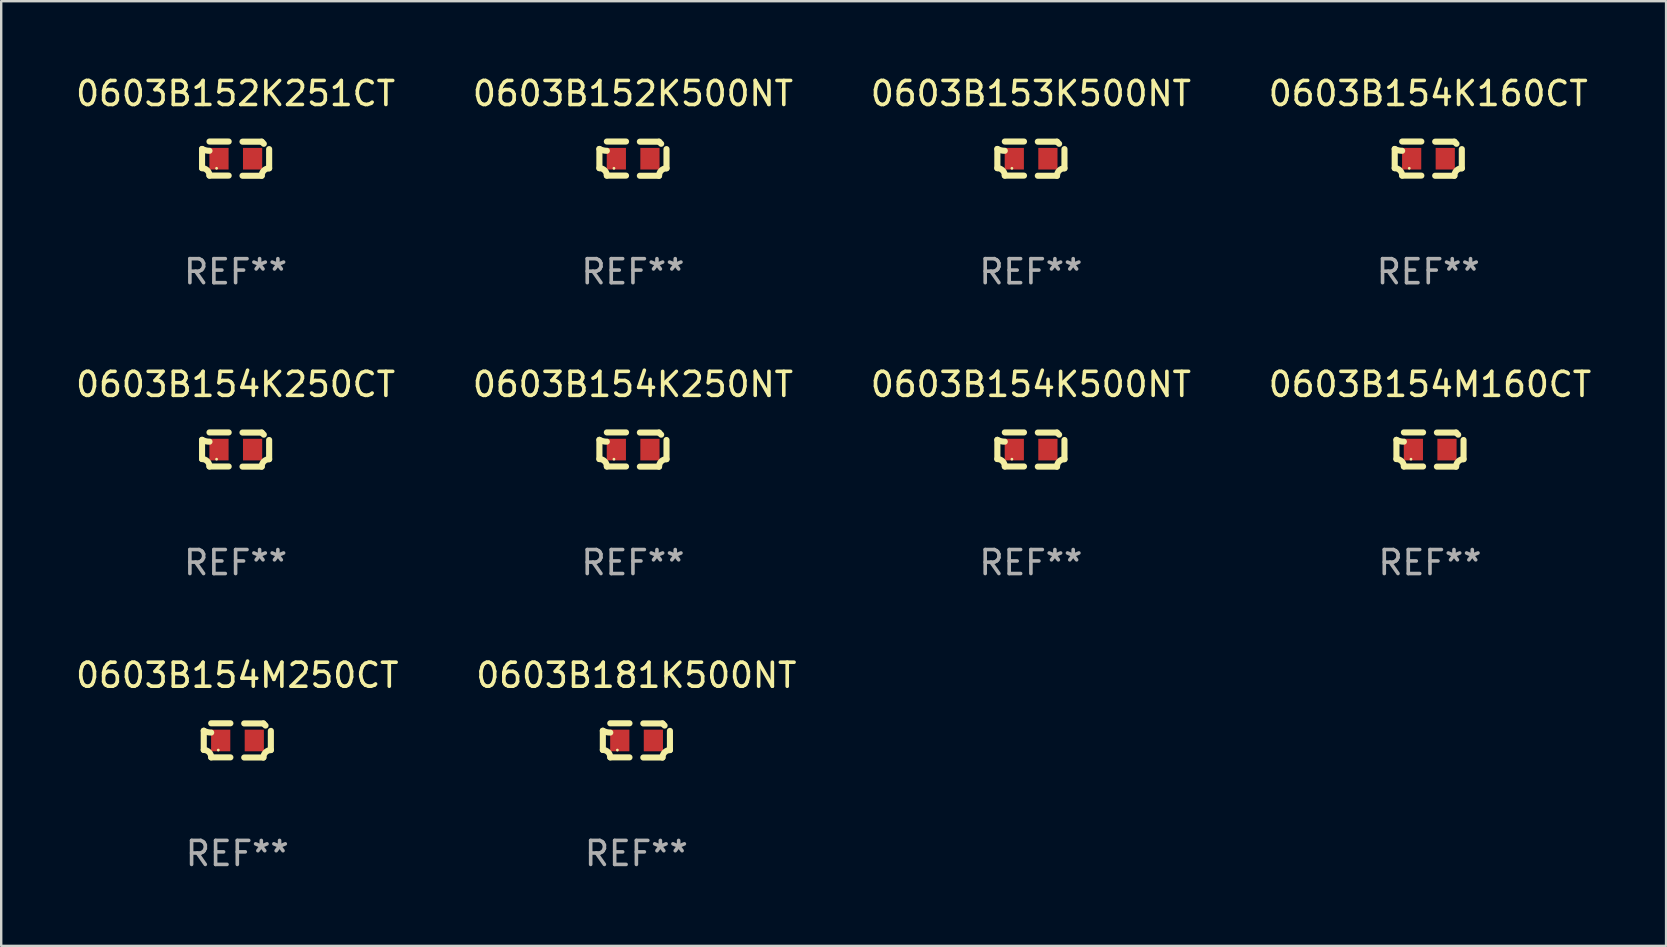
<source format=kicad_pcb>
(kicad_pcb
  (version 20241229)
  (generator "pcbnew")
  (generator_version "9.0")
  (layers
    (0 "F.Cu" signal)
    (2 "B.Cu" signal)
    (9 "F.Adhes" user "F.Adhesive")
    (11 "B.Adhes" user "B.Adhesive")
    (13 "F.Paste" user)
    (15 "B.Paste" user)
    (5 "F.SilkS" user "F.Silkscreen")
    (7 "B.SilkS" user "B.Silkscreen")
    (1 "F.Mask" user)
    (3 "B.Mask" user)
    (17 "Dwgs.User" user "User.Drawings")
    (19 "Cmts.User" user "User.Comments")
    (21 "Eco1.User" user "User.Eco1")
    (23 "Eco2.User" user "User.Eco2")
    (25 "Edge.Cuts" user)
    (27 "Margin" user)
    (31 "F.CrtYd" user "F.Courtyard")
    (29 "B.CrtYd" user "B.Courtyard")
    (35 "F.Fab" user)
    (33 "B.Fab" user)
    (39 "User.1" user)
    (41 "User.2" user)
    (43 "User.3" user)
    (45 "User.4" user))
  (footprint "0603B154K500NT"
    (layer "F.Cu")
    (at 39.911 15.683)
    (property "Reference" "0603B154K500NT" (at 0 -2.713 0) (layer "F.SilkS") (effects (font (size 1 1) (thickness 0.15))))
    (attr through_hole)
    (fp_line (start -1.398 -0.403) (end -1.398 0.397) (stroke (width 0.254) (type solid)) (layer "F.SilkS"))
    (fp_line (start -0.288 -0.713) (end -1.088 -0.713) (stroke (width 0.254) (type solid)) (layer "F.SilkS"))
    (fp_line (start -0.288 0.707) (end -1.088 0.707) (stroke (width 0.254) (type solid)) (layer "F.SilkS"))
    (fp_line (start 0.288 -0.707) (end 1.088 -0.707) (stroke (width 0.254) (type solid)) (layer "F.SilkS"))
    (fp_line (start 0.288 0.713) (end 1.088 0.713) (stroke (width 0.254) (type solid)) (layer "F.SilkS"))
    (fp_line (start 1.398 -0.397) (end 1.398 0.403) (stroke (width 0.254) (type solid)) (layer "F.SilkS"))
    (fp_arc (start -1.397789 0.397066) (mid -1.178701 0.487826) (end -1.08796 0.706922) (stroke (width 0.254001) (type solid)) (layer "F.SilkS"))
    (fp_arc (start -1.08796 -0.327176) (mid -1.247436 -0.346384) (end -1.39779 -0.402908) (stroke (width 0.254001) (type solid)) (layer "F.SilkS"))
    (fp_arc (start 1.087909 0.712738) (mid 1.178656 0.493655) (end 1.397739 0.402908) (stroke (width 0.254001) (type solid)) (layer "F.SilkS"))
    (fp_arc (start 1.175925 -0.618926) (mid 1.131917 -0.662923) (end 1.08791 -0.706922) (stroke (width 0.254001) (type solid)) (layer "F.SilkS"))
    (fp_circle (center -0.792 0.403) (end -0.762 0.403) (stroke (width 0.06) (type solid)) (fill no) (layer "F.SilkS"))
    (fp_text user "REF**" (at 0 4.713 0) (layer "F.Fab") (effects (font (size 1 1) (thickness 0.15))))
    (pad "1" smd rect (at -0.692 0.003) (size 0.8 0.9) (layers "F.Cu" "F.Mask" "F.Paste"))
    (pad "2" smd rect (at 0.708 0.003) (size 0.8 0.9) (layers "F.Cu" "F.Mask" "F.Paste")))
  (footprint "0603B154M250CT"
    (layer "F.Cu")
    (at 6.839 27.805)
    (property "Reference" "0603B154M250CT" (at 0 -2.713 0) (layer "F.SilkS") (effects (font (size 1 1) (thickness 0.15))))
    (attr through_hole)
    (fp_line (start -1.398 -0.403) (end -1.398 0.397) (stroke (width 0.254) (type solid)) (layer "F.SilkS"))
    (fp_line (start -0.288 -0.713) (end -1.088 -0.713) (stroke (width 0.254) (type solid)) (layer "F.SilkS"))
    (fp_line (start -0.288 0.707) (end -1.088 0.707) (stroke (width 0.254) (type solid)) (layer "F.SilkS"))
    (fp_line (start 0.288 -0.707) (end 1.088 -0.707) (stroke (width 0.254) (type solid)) (layer "F.SilkS"))
    (fp_line (start 0.288 0.713) (end 1.088 0.713) (stroke (width 0.254) (type solid)) (layer "F.SilkS"))
    (fp_line (start 1.398 -0.397) (end 1.398 0.403) (stroke (width 0.254) (type solid)) (layer "F.SilkS"))
    (fp_arc (start -1.397789 0.397066) (mid -1.178701 0.487826) (end -1.08796 0.706922) (stroke (width 0.254001) (type solid)) (layer "F.SilkS"))
    (fp_arc (start -1.08796 -0.327176) (mid -1.247436 -0.346384) (end -1.39779 -0.402908) (stroke (width 0.254001) (type solid)) (layer "F.SilkS"))
    (fp_arc (start 1.087909 0.712738) (mid 1.178656 0.493655) (end 1.397739 0.402908) (stroke (width 0.254001) (type solid)) (layer "F.SilkS"))
    (fp_arc (start 1.175925 -0.618926) (mid 1.131917 -0.662923) (end 1.08791 -0.706922) (stroke (width 0.254001) (type solid)) (layer "F.SilkS"))
    (fp_circle (center -0.792 0.403) (end -0.762 0.403) (stroke (width 0.06) (type solid)) (fill no) (layer "F.SilkS"))
    (fp_text user "REF**" (at 0 4.713 0) (layer "F.Fab") (effects (font (size 1 1) (thickness 0.15))))
    (pad "1" smd rect (at -0.692 0.003) (size 0.8 0.9) (layers "F.Cu" "F.Mask" "F.Paste"))
    (pad "2" smd rect (at 0.708 0.003) (size 0.8 0.9) (layers "F.Cu" "F.Mask" "F.Paste")))
  (footprint "0603B152K500NT"
    (layer "F.Cu")
    (at 23.327 3.561)
    (property "Reference" "0603B152K500NT" (at 0 -2.713 0) (layer "F.SilkS") (effects (font (size 1 1) (thickness 0.15))))
    (attr through_hole)
    (fp_line (start -1.398 -0.403) (end -1.398 0.397) (stroke (width 0.254) (type solid)) (layer "F.SilkS"))
    (fp_line (start -0.288 -0.713) (end -1.088 -0.713) (stroke (width 0.254) (type solid)) (layer "F.SilkS"))
    (fp_line (start -0.288 0.707) (end -1.088 0.707) (stroke (width 0.254) (type solid)) (layer "F.SilkS"))
    (fp_line (start 0.288 -0.707) (end 1.088 -0.707) (stroke (width 0.254) (type solid)) (layer "F.SilkS"))
    (fp_line (start 0.288 0.713) (end 1.088 0.713) (stroke (width 0.254) (type solid)) (layer "F.SilkS"))
    (fp_line (start 1.398 -0.397) (end 1.398 0.403) (stroke (width 0.254) (type solid)) (layer "F.SilkS"))
    (fp_arc (start -1.397789 0.397066) (mid -1.178701 0.487826) (end -1.08796 0.706922) (stroke (width 0.254001) (type solid)) (layer "F.SilkS"))
    (fp_arc (start -1.08796 -0.327176) (mid -1.247436 -0.346384) (end -1.39779 -0.402908) (stroke (width 0.254001) (type solid)) (layer "F.SilkS"))
    (fp_arc (start 1.087909 0.712738) (mid 1.178656 0.493655) (end 1.397739 0.402908) (stroke (width 0.254001) (type solid)) (layer "F.SilkS"))
    (fp_arc (start 1.175925 -0.618926) (mid 1.131917 -0.662923) (end 1.08791 -0.706922) (stroke (width 0.254001) (type solid)) (layer "F.SilkS"))
    (fp_circle (center -0.792 0.403) (end -0.762 0.403) (stroke (width 0.06) (type solid)) (fill no) (layer "F.SilkS"))
    (fp_text user "REF**" (at 0 4.713 0) (layer "F.Fab") (effects (font (size 1 1) (thickness 0.15))))
    (pad "1" smd rect (at -0.692 0.003) (size 0.8 0.9) (layers "F.Cu" "F.Mask" "F.Paste"))
    (pad "2" smd rect (at 0.708 0.003) (size 0.8 0.9) (layers "F.Cu" "F.Mask" "F.Paste")))
  (footprint "0603B154K160CT"
    (layer "F.Cu")
    (at 56.47 3.561)
    (property "Reference" "0603B154K160CT" (at 0 -2.713 0) (layer "F.SilkS") (effects (font (size 1 1) (thickness 0.15))))
    (attr through_hole)
    (fp_line (start -1.398 -0.403) (end -1.398 0.397) (stroke (width 0.254) (type solid)) (layer "F.SilkS"))
    (fp_line (start -0.288 -0.713) (end -1.088 -0.713) (stroke (width 0.254) (type solid)) (layer "F.SilkS"))
    (fp_line (start -0.288 0.707) (end -1.088 0.707) (stroke (width 0.254) (type solid)) (layer "F.SilkS"))
    (fp_line (start 0.288 -0.707) (end 1.088 -0.707) (stroke (width 0.254) (type solid)) (layer "F.SilkS"))
    (fp_line (start 0.288 0.713) (end 1.088 0.713) (stroke (width 0.254) (type solid)) (layer "F.SilkS"))
    (fp_line (start 1.398 -0.397) (end 1.398 0.403) (stroke (width 0.254) (type solid)) (layer "F.SilkS"))
    (fp_arc (start -1.397789 0.397066) (mid -1.178701 0.487826) (end -1.08796 0.706922) (stroke (width 0.254001) (type solid)) (layer "F.SilkS"))
    (fp_arc (start -1.08796 -0.327176) (mid -1.247436 -0.346384) (end -1.39779 -0.402908) (stroke (width 0.254001) (type solid)) (layer "F.SilkS"))
    (fp_arc (start 1.087909 0.712738) (mid 1.178656 0.493655) (end 1.397739 0.402908) (stroke (width 0.254001) (type solid)) (layer "F.SilkS"))
    (fp_arc (start 1.175925 -0.618926) (mid 1.131917 -0.662923) (end 1.08791 -0.706922) (stroke (width 0.254001) (type solid)) (layer "F.SilkS"))
    (fp_circle (center -0.792 0.403) (end -0.762 0.403) (stroke (width 0.06) (type solid)) (fill no) (layer "F.SilkS"))
    (fp_text user "REF**" (at 0 4.713 0) (layer "F.Fab") (effects (font (size 1 1) (thickness 0.15))))
    (pad "1" smd rect (at -0.692 0.003) (size 0.8 0.9) (layers "F.Cu" "F.Mask" "F.Paste"))
    (pad "2" smd rect (at 0.708 0.003) (size 0.8 0.9) (layers "F.Cu" "F.Mask" "F.Paste")))
  (footprint "0603B181K500NT"
    (layer "F.Cu")
    (at 23.47 27.805)
    (property "Reference" "0603B181K500NT" (at 0 -2.713 0) (layer "F.SilkS") (effects (font (size 1 1) (thickness 0.15))))
    (attr through_hole)
    (fp_line (start -1.398 -0.403) (end -1.398 0.397) (stroke (width 0.254) (type solid)) (layer "F.SilkS"))
    (fp_line (start -0.288 -0.713) (end -1.088 -0.713) (stroke (width 0.254) (type solid)) (layer "F.SilkS"))
    (fp_line (start -0.288 0.707) (end -1.088 0.707) (stroke (width 0.254) (type solid)) (layer "F.SilkS"))
    (fp_line (start 0.288 -0.707) (end 1.088 -0.707) (stroke (width 0.254) (type solid)) (layer "F.SilkS"))
    (fp_line (start 0.288 0.713) (end 1.088 0.713) (stroke (width 0.254) (type solid)) (layer "F.SilkS"))
    (fp_line (start 1.398 -0.397) (end 1.398 0.403) (stroke (width 0.254) (type solid)) (layer "F.SilkS"))
    (fp_arc (start -1.397789 0.397066) (mid -1.178701 0.487826) (end -1.08796 0.706922) (stroke (width 0.254001) (type solid)) (layer "F.SilkS"))
    (fp_arc (start -1.08796 -0.327176) (mid -1.247436 -0.346384) (end -1.39779 -0.402908) (stroke (width 0.254001) (type solid)) (layer "F.SilkS"))
    (fp_arc (start 1.087909 0.712738) (mid 1.178656 0.493655) (end 1.397739 0.402908) (stroke (width 0.254001) (type solid)) (layer "F.SilkS"))
    (fp_arc (start 1.175925 -0.618926) (mid 1.131917 -0.662923) (end 1.08791 -0.706922) (stroke (width 0.254001) (type solid)) (layer "F.SilkS"))
    (fp_circle (center -0.792 0.403) (end -0.762 0.403) (stroke (width 0.06) (type solid)) (fill no) (layer "F.SilkS"))
    (fp_text user "REF**" (at 0 4.713 0) (layer "F.Fab") (effects (font (size 1 1) (thickness 0.15))))
    (pad "1" smd rect (at -0.692 0.003) (size 0.8 0.9) (layers "F.Cu" "F.Mask" "F.Paste"))
    (pad "2" smd rect (at 0.708 0.003) (size 0.8 0.9) (layers "F.Cu" "F.Mask" "F.Paste")))
  (footprint "0603B154M160CT"
    (layer "F.Cu")
    (at 56.542 15.683)
    (property "Reference" "0603B154M160CT" (at 0 -2.713 0) (layer "F.SilkS") (effects (font (size 1 1) (thickness 0.15))))
    (attr through_hole)
    (fp_line (start -1.398 -0.403) (end -1.398 0.397) (stroke (width 0.254) (type solid)) (layer "F.SilkS"))
    (fp_line (start -0.288 -0.713) (end -1.088 -0.713) (stroke (width 0.254) (type solid)) (layer "F.SilkS"))
    (fp_line (start -0.288 0.707) (end -1.088 0.707) (stroke (width 0.254) (type solid)) (layer "F.SilkS"))
    (fp_line (start 0.288 -0.707) (end 1.088 -0.707) (stroke (width 0.254) (type solid)) (layer "F.SilkS"))
    (fp_line (start 0.288 0.713) (end 1.088 0.713) (stroke (width 0.254) (type solid)) (layer "F.SilkS"))
    (fp_line (start 1.398 -0.397) (end 1.398 0.403) (stroke (width 0.254) (type solid)) (layer "F.SilkS"))
    (fp_arc (start -1.397789 0.397066) (mid -1.178701 0.487826) (end -1.08796 0.706922) (stroke (width 0.254001) (type solid)) (layer "F.SilkS"))
    (fp_arc (start -1.08796 -0.327176) (mid -1.247436 -0.346384) (end -1.39779 -0.402908) (stroke (width 0.254001) (type solid)) (layer "F.SilkS"))
    (fp_arc (start 1.087909 0.712738) (mid 1.178656 0.493655) (end 1.397739 0.402908) (stroke (width 0.254001) (type solid)) (layer "F.SilkS"))
    (fp_arc (start 1.175925 -0.618926) (mid 1.131917 -0.662923) (end 1.08791 -0.706922) (stroke (width 0.254001) (type solid)) (layer "F.SilkS"))
    (fp_circle (center -0.792 0.403) (end -0.762 0.403) (stroke (width 0.06) (type solid)) (fill no) (layer "F.SilkS"))
    (fp_text user "REF**" (at 0 4.713 0) (layer "F.Fab") (effects (font (size 1 1) (thickness 0.15))))
    (pad "1" smd rect (at -0.692 0.003) (size 0.8 0.9) (layers "F.Cu" "F.Mask" "F.Paste"))
    (pad "2" smd rect (at 0.708 0.003) (size 0.8 0.9) (layers "F.Cu" "F.Mask" "F.Paste")))
  (footprint "0603B153K500NT"
    (layer "F.Cu")
    (at 39.911 3.561)
    (property "Reference" "0603B153K500NT" (at 0 -2.713 0) (layer "F.SilkS") (effects (font (size 1 1) (thickness 0.15))))
    (attr through_hole)
    (fp_line (start -1.398 -0.403) (end -1.398 0.397) (stroke (width 0.254) (type solid)) (layer "F.SilkS"))
    (fp_line (start -0.288 -0.713) (end -1.088 -0.713) (stroke (width 0.254) (type solid)) (layer "F.SilkS"))
    (fp_line (start -0.288 0.707) (end -1.088 0.707) (stroke (width 0.254) (type solid)) (layer "F.SilkS"))
    (fp_line (start 0.288 -0.707) (end 1.088 -0.707) (stroke (width 0.254) (type solid)) (layer "F.SilkS"))
    (fp_line (start 0.288 0.713) (end 1.088 0.713) (stroke (width 0.254) (type solid)) (layer "F.SilkS"))
    (fp_line (start 1.398 -0.397) (end 1.398 0.403) (stroke (width 0.254) (type solid)) (layer "F.SilkS"))
    (fp_arc (start -1.397789 0.397066) (mid -1.178701 0.487826) (end -1.08796 0.706922) (stroke (width 0.254001) (type solid)) (layer "F.SilkS"))
    (fp_arc (start -1.08796 -0.327176) (mid -1.247436 -0.346384) (end -1.39779 -0.402908) (stroke (width 0.254001) (type solid)) (layer "F.SilkS"))
    (fp_arc (start 1.087909 0.712738) (mid 1.178656 0.493655) (end 1.397739 0.402908) (stroke (width 0.254001) (type solid)) (layer "F.SilkS"))
    (fp_arc (start 1.175925 -0.618926) (mid 1.131917 -0.662923) (end 1.08791 -0.706922) (stroke (width 0.254001) (type solid)) (layer "F.SilkS"))
    (fp_circle (center -0.792 0.403) (end -0.762 0.403) (stroke (width 0.06) (type solid)) (fill no) (layer "F.SilkS"))
    (fp_text user "REF**" (at 0 4.713 0) (layer "F.Fab") (effects (font (size 1 1) (thickness 0.15))))
    (pad "1" smd rect (at -0.692 0.003) (size 0.8 0.9) (layers "F.Cu" "F.Mask" "F.Paste"))
    (pad "2" smd rect (at 0.708 0.003) (size 0.8 0.9) (layers "F.Cu" "F.Mask" "F.Paste")))
  (footprint "0603B154K250NT"
    (layer "F.Cu")
    (at 23.327 15.683)
    (property "Reference" "0603B154K250NT" (at 0 -2.713 0) (layer "F.SilkS") (effects (font (size 1 1) (thickness 0.15))))
    (attr through_hole)
    (fp_line (start -1.398 -0.403) (end -1.398 0.397) (stroke (width 0.254) (type solid)) (layer "F.SilkS"))
    (fp_line (start -0.288 -0.713) (end -1.088 -0.713) (stroke (width 0.254) (type solid)) (layer "F.SilkS"))
    (fp_line (start -0.288 0.707) (end -1.088 0.707) (stroke (width 0.254) (type solid)) (layer "F.SilkS"))
    (fp_line (start 0.288 -0.707) (end 1.088 -0.707) (stroke (width 0.254) (type solid)) (layer "F.SilkS"))
    (fp_line (start 0.288 0.713) (end 1.088 0.713) (stroke (width 0.254) (type solid)) (layer "F.SilkS"))
    (fp_line (start 1.398 -0.397) (end 1.398 0.403) (stroke (width 0.254) (type solid)) (layer "F.SilkS"))
    (fp_arc (start -1.397789 0.397066) (mid -1.178701 0.487826) (end -1.08796 0.706922) (stroke (width 0.254001) (type solid)) (layer "F.SilkS"))
    (fp_arc (start -1.08796 -0.327176) (mid -1.247436 -0.346384) (end -1.39779 -0.402908) (stroke (width 0.254001) (type solid)) (layer "F.SilkS"))
    (fp_arc (start 1.087909 0.712738) (mid 1.178656 0.493655) (end 1.397739 0.402908) (stroke (width 0.254001) (type solid)) (layer "F.SilkS"))
    (fp_arc (start 1.175925 -0.618926) (mid 1.131917 -0.662923) (end 1.08791 -0.706922) (stroke (width 0.254001) (type solid)) (layer "F.SilkS"))
    (fp_circle (center -0.792 0.403) (end -0.762 0.403) (stroke (width 0.06) (type solid)) (fill no) (layer "F.SilkS"))
    (fp_text user "REF**" (at 0 4.713 0) (layer "F.Fab") (effects (font (size 1 1) (thickness 0.15))))
    (pad "1" smd rect (at -0.692 0.003) (size 0.8 0.9) (layers "F.Cu" "F.Mask" "F.Paste"))
    (pad "2" smd rect (at 0.708 0.003) (size 0.8 0.9) (layers "F.Cu" "F.Mask" "F.Paste")))
  (footprint "0603B154K250CT"
    (layer "F.Cu")
    (at 6.768 15.683)
    (property "Reference" "0603B154K250CT" (at 0 -2.713 0) (layer "F.SilkS") (effects (font (size 1 1) (thickness 0.15))))
    (attr through_hole)
    (fp_line (start -1.398 -0.403) (end -1.398 0.397) (stroke (width 0.254) (type solid)) (layer "F.SilkS"))
    (fp_line (start -0.288 -0.713) (end -1.088 -0.713) (stroke (width 0.254) (type solid)) (layer "F.SilkS"))
    (fp_line (start -0.288 0.707) (end -1.088 0.707) (stroke (width 0.254) (type solid)) (layer "F.SilkS"))
    (fp_line (start 0.288 -0.707) (end 1.088 -0.707) (stroke (width 0.254) (type solid)) (layer "F.SilkS"))
    (fp_line (start 0.288 0.713) (end 1.088 0.713) (stroke (width 0.254) (type solid)) (layer "F.SilkS"))
    (fp_line (start 1.398 -0.397) (end 1.398 0.403) (stroke (width 0.254) (type solid)) (layer "F.SilkS"))
    (fp_arc (start -1.397789 0.397066) (mid -1.178701 0.487826) (end -1.08796 0.706922) (stroke (width 0.254001) (type solid)) (layer "F.SilkS"))
    (fp_arc (start -1.08796 -0.327176) (mid -1.247436 -0.346384) (end -1.39779 -0.402908) (stroke (width 0.254001) (type solid)) (layer "F.SilkS"))
    (fp_arc (start 1.087909 0.712738) (mid 1.178656 0.493655) (end 1.397739 0.402908) (stroke (width 0.254001) (type solid)) (layer "F.SilkS"))
    (fp_arc (start 1.175925 -0.618926) (mid 1.131917 -0.662923) (end 1.08791 -0.706922) (stroke (width 0.254001) (type solid)) (layer "F.SilkS"))
    (fp_circle (center -0.792 0.403) (end -0.762 0.403) (stroke (width 0.06) (type solid)) (fill no) (layer "F.SilkS"))
    (fp_text user "REF**" (at 0 4.713 0) (layer "F.Fab") (effects (font (size 1 1) (thickness 0.15))))
    (pad "1" smd rect (at -0.692 0.003) (size 0.8 0.9) (layers "F.Cu" "F.Mask" "F.Paste"))
    (pad "2" smd rect (at 0.708 0.003) (size 0.8 0.9) (layers "F.Cu" "F.Mask" "F.Paste")))
  (footprint "0603B152K251CT"
    (layer "F.Cu")
    (at 6.768 3.561)
    (property "Reference" "0603B152K251CT" (at 0 -2.713 0) (layer "F.SilkS") (effects (font (size 1 1) (thickness 0.15))))
    (attr through_hole)
    (fp_line (start -1.398 -0.403) (end -1.398 0.397) (stroke (width 0.254) (type solid)) (layer "F.SilkS"))
    (fp_line (start -0.288 -0.713) (end -1.088 -0.713) (stroke (width 0.254) (type solid)) (layer "F.SilkS"))
    (fp_line (start -0.288 0.707) (end -1.088 0.707) (stroke (width 0.254) (type solid)) (layer "F.SilkS"))
    (fp_line (start 0.288 -0.707) (end 1.088 -0.707) (stroke (width 0.254) (type solid)) (layer "F.SilkS"))
    (fp_line (start 0.288 0.713) (end 1.088 0.713) (stroke (width 0.254) (type solid)) (layer "F.SilkS"))
    (fp_line (start 1.398 -0.397) (end 1.398 0.403) (stroke (width 0.254) (type solid)) (layer "F.SilkS"))
    (fp_arc (start -1.397789 0.397066) (mid -1.178701 0.487826) (end -1.08796 0.706922) (stroke (width 0.254001) (type solid)) (layer "F.SilkS"))
    (fp_arc (start -1.08796 -0.327176) (mid -1.247436 -0.346384) (end -1.39779 -0.402908) (stroke (width 0.254001) (type solid)) (layer "F.SilkS"))
    (fp_arc (start 1.087909 0.712738) (mid 1.178656 0.493655) (end 1.397739 0.402908) (stroke (width 0.254001) (type solid)) (layer "F.SilkS"))
    (fp_arc (start 1.175925 -0.618926) (mid 1.131917 -0.662923) (end 1.08791 -0.706922) (stroke (width 0.254001) (type solid)) (layer "F.SilkS"))
    (fp_circle (center -0.792 0.403) (end -0.762 0.403) (stroke (width 0.06) (type solid)) (fill no) (layer "F.SilkS"))
    (fp_text user "REF**" (at 0 4.713 0) (layer "F.Fab") (effects (font (size 1 1) (thickness 0.15))))
    (pad "1" smd rect (at -0.692 0.003) (size 0.8 0.9) (layers "F.Cu" "F.Mask" "F.Paste"))
    (pad "2" smd rect (at 0.708 0.003) (size 0.8 0.9) (layers "F.Cu" "F.Mask" "F.Paste")))
  (gr_rect
    (start -3 -3)
    (end 66.381 36.366)
    (stroke (width 0.1) (type default))
    (fill no)
    (layer "Edge.Cuts")))
</source>
